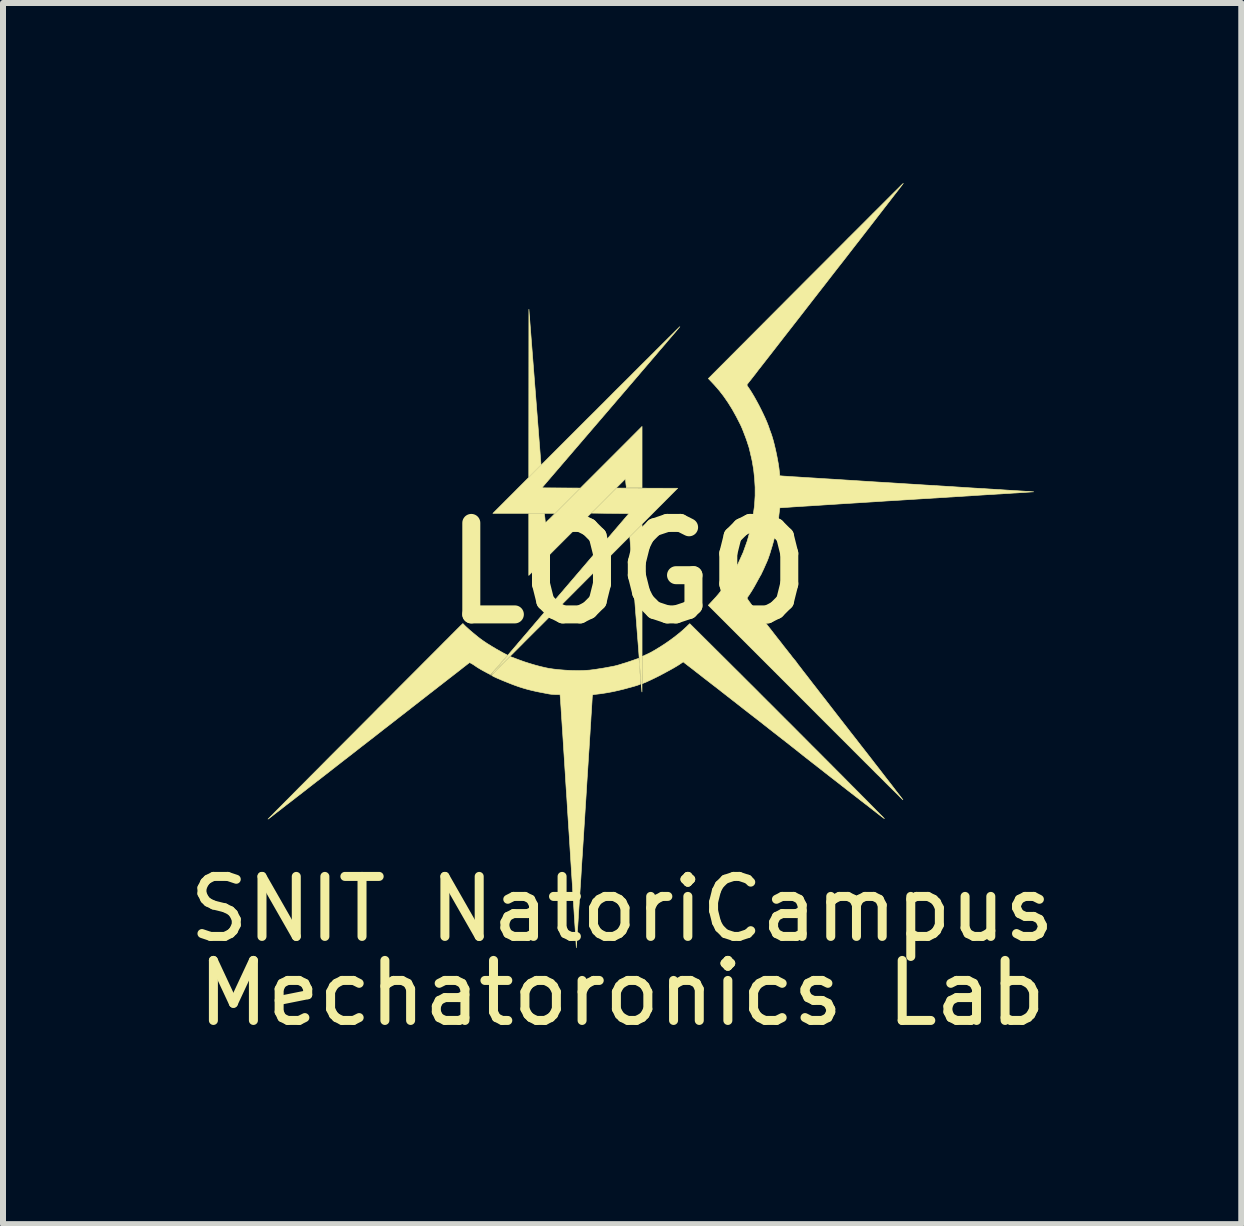
<source format=kicad_pcb>
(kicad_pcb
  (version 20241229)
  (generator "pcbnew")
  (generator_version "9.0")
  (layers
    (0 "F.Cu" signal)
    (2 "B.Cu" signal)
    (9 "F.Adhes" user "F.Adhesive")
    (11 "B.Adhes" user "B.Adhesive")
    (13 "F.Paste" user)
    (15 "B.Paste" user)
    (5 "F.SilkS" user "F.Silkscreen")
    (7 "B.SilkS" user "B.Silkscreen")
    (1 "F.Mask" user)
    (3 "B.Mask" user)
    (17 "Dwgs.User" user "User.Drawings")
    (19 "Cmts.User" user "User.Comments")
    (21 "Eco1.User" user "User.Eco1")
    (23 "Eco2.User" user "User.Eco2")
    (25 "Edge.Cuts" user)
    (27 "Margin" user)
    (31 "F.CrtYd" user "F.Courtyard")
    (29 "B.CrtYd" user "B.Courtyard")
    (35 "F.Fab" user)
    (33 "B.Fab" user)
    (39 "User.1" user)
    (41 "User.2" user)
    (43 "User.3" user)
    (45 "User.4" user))
  (footprint "LOGO"
    (layer "F.Cu")
    (at 7.415 6.497)
    (property "Reference" "LOGO" (at 0 0 0) (layer "F.SilkS") (effects (font (size 1.524 1.524) (thickness 0.3))))
    (attr through_hole)
    (fp_poly (pts (xy -1.552 -3.099) (xy -1.451 -1.804) (xy -1.655 -1.6) (xy -1.654 -2.997) (xy -1.653 -4.394) (xy -1.552 -3.099)) (stroke (width 0.01) (type solid)) (fill yes) (layer "F.SilkS"))
    (fp_poly (pts (xy 0.232 -1.422) (xy -0.028 -1.422) (xy -0.032 -1.45) (xy -0.035 -1.472) (xy -0.038 -1.501) (xy -0.04 -1.523) (xy -0.045 -1.569) (xy -0.85 -0.765) (xy -1.655 0.04) (xy -1.655 -0.987) (xy -1.395 -0.987) (xy -1.391 -0.953) (xy -1.387 -0.925) (xy -1.384 -0.892) (xy -1.382 -0.875) (xy -1.377 -0.833) (xy -0.572 -1.637) (xy 0.232 -2.442) (xy 0.232 -1.422)) (stroke (width 0.01) (type solid)) (fill yes) (layer "F.SilkS"))
    (fp_poly (pts (xy 0.232 0.586) (xy 0.232 0.727) (xy 0.232 0.864) (xy 0.232 0.997) (xy 0.232 1.124) (xy 0.232 1.246) (xy 0.232 1.36) (xy 0.232 1.467) (xy 0.232 1.566) (xy 0.232 1.656) (xy 0.231 1.737) (xy 0.231 1.807) (xy 0.231 1.867) (xy 0.231 1.915) (xy 0.231 1.95) (xy 0.231 1.972) (xy 0.23 1.981) (xy 0.23 1.981) (xy 0.229 1.974) (xy 0.227 1.954) (xy 0.225 1.922) (xy 0.221 1.879) (xy 0.217 1.828) (xy 0.212 1.768) (xy 0.207 1.701) (xy 0.201 1.63) (xy 0.198 1.584) (xy 0.193 1.523) (xy 0.187 1.45) (xy 0.181 1.365) (xy 0.174 1.27) (xy 0.166 1.167) (xy 0.157 1.056) (xy 0.148 0.939) (xy 0.139 0.819) (xy 0.129 0.696) (xy 0.119 0.571) (xy 0.11 0.447) (xy 0.1 0.324) (xy 0.098 0.291) (xy 0.028 -0.605) (xy 0.232 -0.809) (xy 0.232 0.586)) (stroke (width 0.01) (type solid)) (fill yes) (layer "F.SilkS"))
    (fp_poly (pts (xy 0.858 -4.099) (xy 0.844 -4.082) (xy 0.822 -4.056) (xy 0.792 -4.02) (xy 0.754 -3.975) (xy 0.708 -3.922) (xy 0.655 -3.86) (xy 0.596 -3.79) (xy 0.53 -3.714) (xy 0.459 -3.63) (xy 0.382 -3.54) (xy 0.301 -3.445) (xy 0.214 -3.344) (xy 0.124 -3.238) (xy 0.029 -3.128) (xy -0.068 -3.014) (xy -0.169 -2.897) (xy -0.272 -2.776) (xy -0.286 -2.76) (xy -1.437 -1.419) (xy -1.12 -1.417) (xy -0.802 -1.415) (xy -1.012 -1.205) (xy -1.223 -0.994) (xy -2.253 -0.994) (xy -0.697 -2.551) (xy -0.571 -2.676) (xy -0.448 -2.799) (xy -0.328 -2.919) (xy -0.212 -3.036) (xy -0.099 -3.148) (xy 0.01 -3.256) (xy 0.113 -3.36) (xy 0.212 -3.459) (xy 0.306 -3.552) (xy 0.393 -3.639) (xy 0.474 -3.72) (xy 0.549 -3.795) (xy 0.617 -3.862) (xy 0.677 -3.922) (xy 0.73 -3.974) (xy 0.774 -4.018) (xy 0.81 -4.053) (xy 0.837 -4.08) (xy 0.854 -4.097) (xy 0.862 -4.104) (xy 0.862 -4.104) (xy 0.858 -4.099)) (stroke (width 0.01) (type solid)) (fill yes) (layer "F.SilkS"))
    (fp_poly (pts (xy 0.317 -1.413) (xy 0.825 -1.412) (xy -0.73 0.149) (xy -0.856 0.275) (xy -0.978 0.398) (xy -1.098 0.518) (xy -1.215 0.635) (xy -1.327 0.747) (xy -1.435 0.856) (xy -1.539 0.959) (xy -1.638 1.058) (xy -1.731 1.151) (xy -1.818 1.239) (xy -1.899 1.32) (xy -1.974 1.394) (xy -2.041 1.462) (xy -2.102 1.522) (xy -2.154 1.574) (xy -2.198 1.618) (xy -2.234 1.653) (xy -2.261 1.679) (xy -2.278 1.696) (xy -2.285 1.703) (xy -2.286 1.704) (xy -2.281 1.698) (xy -2.267 1.681) (xy -2.245 1.655) (xy -2.215 1.618) (xy -2.176 1.573) (xy -2.13 1.519) (xy -2.078 1.457) (xy -2.018 1.387) (xy -1.953 1.31) (xy -1.881 1.226) (xy -1.805 1.136) (xy -1.723 1.041) (xy -1.636 0.939) (xy -1.546 0.833) (xy -1.452 0.723) (xy -1.354 0.609) (xy -1.253 0.491) (xy -1.15 0.37) (xy -1.136 0.354) (xy 0.014 -0.991) (xy -0.298 -0.994) (xy -0.61 -0.998) (xy -0.401 -1.207) (xy -0.192 -1.415) (xy 0.317 -1.413)) (stroke (width 0.01) (type solid)) (fill yes) (layer "F.SilkS"))
    (fp_poly (pts (xy 1.687 1.5) (xy 1.764 1.577) (xy 1.847 1.659) (xy 1.934 1.746) (xy 2.025 1.837) (xy 2.12 1.931) (xy 2.217 2.029) (xy 2.318 2.13) (xy 2.421 2.232) (xy 2.525 2.337) (xy 2.631 2.443) (xy 2.738 2.549) (xy 2.844 2.656) (xy 2.951 2.763) (xy 3.056 2.869) (xy 3.161 2.973) (xy 3.263 3.076) (xy 3.364 3.177) (xy 3.461 3.275) (xy 3.556 3.37) (xy 3.647 3.462) (xy 3.733 3.549) (xy 3.815 3.631) (xy 3.892 3.709) (xy 3.963 3.78) (xy 4.028 3.846) (xy 4.086 3.905) (xy 4.137 3.957) (xy 4.181 4.001) (xy 4.216 4.037) (xy 4.243 4.064) (xy 4.261 4.083) (xy 4.269 4.092) (xy 4.27 4.093) (xy 4.263 4.088) (xy 4.246 4.075) (xy 4.219 4.055) (xy 4.182 4.027) (xy 4.137 3.992) (xy 4.084 3.951) (xy 4.024 3.904) (xy 3.957 3.852) (xy 3.884 3.796) (xy 3.806 3.735) (xy 3.723 3.671) (xy 3.637 3.604) (xy 3.556 3.541) (xy 3.467 3.471) (xy 3.38 3.404) (xy 3.297 3.339) (xy 3.218 3.277) (xy 3.145 3.22) (xy 3.077 3.167) (xy 3.016 3.119) (xy 2.962 3.077) (xy 2.916 3.041) (xy 2.879 3.011) (xy 2.851 2.989) (xy 2.833 2.975) (xy 2.827 2.969) (xy 2.819 2.963) (xy 2.801 2.949) (xy 2.773 2.927) (xy 2.736 2.898) (xy 2.691 2.862) (xy 2.637 2.82) (xy 2.577 2.773) (xy 2.51 2.721) (xy 2.437 2.664) (xy 2.36 2.604) (xy 2.279 2.54) (xy 2.195 2.474) (xy 2.107 2.406) (xy 2.018 2.337) (xy 1.928 2.267) (xy 1.838 2.196) (xy 1.748 2.126) (xy 1.658 2.056) (xy 1.571 1.988) (xy 1.487 1.922) (xy 1.405 1.859) (xy 1.328 1.799) (xy 1.255 1.743) (xy 1.188 1.69) (xy 1.127 1.643) (xy 1.074 1.601) (xy 1.028 1.566) (xy 0.99 1.537) (xy 0.962 1.515) (xy 0.943 1.501) (xy 0.943 1.5) (xy 0.917 1.48) (xy 0.888 1.501) (xy 0.854 1.524) (xy 0.809 1.552) (xy 0.755 1.584) (xy 0.694 1.618) (xy 0.629 1.653) (xy 0.562 1.689) (xy 0.495 1.724) (xy 0.43 1.756) (xy 0.369 1.785) (xy 0.315 1.81) (xy 0.296 1.818) (xy 0.239 1.842) (xy 0.239 1.388) (xy 0.31 1.356) (xy 0.374 1.325) (xy 0.445 1.285) (xy 0.522 1.238) (xy 0.602 1.187) (xy 0.682 1.132) (xy 0.76 1.075) (xy 0.833 1.018) (xy 0.899 0.963) (xy 0.952 0.915) (xy 1.027 0.844) (xy 1.687 1.5)) (stroke (width 0.01) (type solid)) (fill yes) (layer "F.SilkS"))
    (fp_poly (pts (xy -2.732 0.864) (xy -2.707 0.889) (xy -2.673 0.92) (xy -2.633 0.956) (xy -2.588 0.994) (xy -2.543 1.031) (xy -2.499 1.067) (xy -2.46 1.097) (xy -2.407 1.135) (xy -2.344 1.177) (xy -2.273 1.221) (xy -2.199 1.265) (xy -2.123 1.308) (xy -2.078 1.333) (xy -2.011 1.368) (xy -2.149 1.53) (xy -2.184 1.571) (xy -2.217 1.608) (xy -2.245 1.64) (xy -2.268 1.665) (xy -2.285 1.682) (xy -2.293 1.691) (xy -2.294 1.691) (xy -2.303 1.688) (xy -2.322 1.678) (xy -2.348 1.665) (xy -2.379 1.648) (xy -2.383 1.646) (xy -2.422 1.625) (xy -2.452 1.608) (xy -2.475 1.594) (xy -2.496 1.582) (xy -2.518 1.568) (xy -2.543 1.551) (xy -2.569 1.533) (xy -2.601 1.513) (xy -2.625 1.5) (xy -2.64 1.494) (xy -2.645 1.494) (xy -2.651 1.499) (xy -2.668 1.512) (xy -2.696 1.534) (xy -2.734 1.563) (xy -2.782 1.601) (xy -2.838 1.645) (xy -2.904 1.696) (xy -2.978 1.753) (xy -3.06 1.817) (xy -3.149 1.886) (xy -3.245 1.961) (xy -3.347 2.04) (xy -3.456 2.125) (xy -3.57 2.214) (xy -3.689 2.307) (xy -3.813 2.403) (xy -3.941 2.503) (xy -4.073 2.605) (xy -4.208 2.711) (xy -4.323 2.8) (xy -4.461 2.907) (xy -4.595 3.012) (xy -4.727 3.114) (xy -4.854 3.213) (xy -4.977 3.309) (xy -5.095 3.401) (xy -5.208 3.488) (xy -5.316 3.572) (xy -5.417 3.651) (xy -5.512 3.724) (xy -5.599 3.792) (xy -5.68 3.854) (xy -5.752 3.91) (xy -5.816 3.96) (xy -5.871 4.002) (xy -5.917 4.038) (xy -5.953 4.066) (xy -5.979 4.086) (xy -5.994 4.097) (xy -5.999 4.1) (xy -5.994 4.095) (xy -5.979 4.08) (xy -5.955 4.056) (xy -5.922 4.022) (xy -5.881 3.98) (xy -5.83 3.929) (xy -5.772 3.871) (xy -5.707 3.805) (xy -5.634 3.732) (xy -5.555 3.652) (xy -5.469 3.565) (xy -5.377 3.473) (xy -5.28 3.375) (xy -5.177 3.272) (xy -5.07 3.164) (xy -4.958 3.051) (xy -4.842 2.935) (xy -4.722 2.815) (xy -4.599 2.692) (xy -4.474 2.566) (xy -4.414 2.506) (xy -4.286 2.378) (xy -4.162 2.252) (xy -4.039 2.13) (xy -3.921 2.011) (xy -3.806 1.895) (xy -3.695 1.784) (xy -3.588 1.677) (xy -3.486 1.575) (xy -3.39 1.478) (xy -3.299 1.387) (xy -3.214 1.302) (xy -3.136 1.224) (xy -3.065 1.152) (xy -3 1.088) (xy -2.944 1.031) (xy -2.896 0.983) (xy -2.856 0.943) (xy -2.825 0.912) (xy -2.803 0.89) (xy -2.791 0.878) (xy -2.789 0.876) (xy -2.753 0.842) (xy -2.732 0.864)) (stroke (width 0.01) (type solid)) (fill yes) (layer "F.SilkS"))
    (fp_poly (pts (xy -1.815 1.448) (xy -1.729 1.479) (xy -1.638 1.508) (xy -1.547 1.535) (xy -1.46 1.558) (xy -1.379 1.577) (xy -1.321 1.589) (xy -1.238 1.601) (xy -1.145 1.611) (xy -1.047 1.619) (xy -0.947 1.624) (xy -0.849 1.626) (xy -0.756 1.625) (xy -0.672 1.62) (xy -0.642 1.618) (xy -0.602 1.613) (xy -0.553 1.607) (xy -0.498 1.598) (xy -0.439 1.589) (xy -0.38 1.579) (xy -0.322 1.568) (xy -0.269 1.558) (xy -0.223 1.549) (xy -0.187 1.54) (xy -0.169 1.535) (xy -0.135 1.525) (xy -0.095 1.512) (xy -0.055 1.5) (xy -0.044 1.497) (xy -0.005 1.484) (xy 0.04 1.469) (xy 0.083 1.454) (xy 0.1 1.448) (xy 0.13 1.437) (xy 0.155 1.429) (xy 0.172 1.424) (xy 0.177 1.423) (xy 0.178 1.432) (xy 0.181 1.452) (xy 0.183 1.483) (xy 0.187 1.521) (xy 0.19 1.565) (xy 0.193 1.612) (xy 0.196 1.661) (xy 0.199 1.708) (xy 0.202 1.752) (xy 0.204 1.791) (xy 0.205 1.822) (xy 0.206 1.842) (xy 0.205 1.851) (xy 0.205 1.851) (xy 0.195 1.856) (xy 0.173 1.864) (xy 0.141 1.875) (xy 0.101 1.887) (xy 0.055 1.9) (xy 0.006 1.913) (xy -0.044 1.927) (xy -0.094 1.94) (xy -0.141 1.951) (xy -0.156 1.955) (xy -0.255 1.977) (xy -0.353 1.995) (xy -0.447 2.01) (xy -0.532 2.02) (xy -0.542 2.021) (xy -0.571 2.025) (xy -0.587 2.029) (xy -0.594 2.034) (xy -0.596 2.038) (xy -0.596 2.05) (xy -0.598 2.076) (xy -0.6 2.114) (xy -0.603 2.165) (xy -0.607 2.227) (xy -0.611 2.299) (xy -0.617 2.382) (xy -0.622 2.474) (xy -0.629 2.575) (xy -0.635 2.683) (xy -0.643 2.799) (xy -0.65 2.922) (xy -0.659 3.05) (xy -0.667 3.184) (xy -0.676 3.322) (xy -0.685 3.464) (xy -0.694 3.609) (xy -0.703 3.756) (xy -0.713 3.906) (xy -0.722 4.056) (xy -0.732 4.207) (xy -0.741 4.357) (xy -0.751 4.507) (xy -0.76 4.655) (xy -0.77 4.8) (xy -0.779 4.943) (xy -0.787 5.081) (xy -0.796 5.216) (xy -0.804 5.345) (xy -0.812 5.468) (xy -0.82 5.585) (xy -0.827 5.694) (xy -0.833 5.796) (xy -0.839 5.889) (xy -0.845 5.973) (xy -0.849 6.047) (xy -0.854 6.111) (xy -0.857 6.163) (xy -0.86 6.203) (xy -0.862 6.23) (xy -0.863 6.244) (xy -0.863 6.246) (xy -0.863 6.235) (xy -0.865 6.211) (xy -0.867 6.174) (xy -0.87 6.125) (xy -0.874 6.066) (xy -0.878 5.996) (xy -0.883 5.918) (xy -0.889 5.831) (xy -0.895 5.737) (xy -0.901 5.637) (xy -0.908 5.531) (xy -0.915 5.42) (xy -0.922 5.313) (xy -0.929 5.193) (xy -0.938 5.061) (xy -0.947 4.917) (xy -0.957 4.765) (xy -0.967 4.606) (xy -0.977 4.441) (xy -0.988 4.273) (xy -0.999 4.104) (xy -1.01 3.935) (xy -1.02 3.769) (xy -1.031 3.606) (xy -1.041 3.45) (xy -1.05 3.302) (xy -1.052 3.273) (xy -1.06 3.145) (xy -1.068 3.02) (xy -1.076 2.9) (xy -1.083 2.784) (xy -1.09 2.674) (xy -1.097 2.571) (xy -1.103 2.476) (xy -1.109 2.388) (xy -1.114 2.31) (xy -1.118 2.242) (xy -1.122 2.185) (xy -1.125 2.139) (xy -1.127 2.106) (xy -1.129 2.086) (xy -1.129 2.081) (xy -1.134 2.025) (xy -1.2 2.025) (xy -1.239 2.023) (xy -1.282 2.02) (xy -1.32 2.015) (xy -1.324 2.014) (xy -1.428 1.994) (xy -1.521 1.976) (xy -1.603 1.957) (xy -1.679 1.938) (xy -1.751 1.917) (xy -1.821 1.895) (xy -1.891 1.87) (xy -1.965 1.842) (xy -1.974 1.838) (xy -2.034 1.814) (xy -2.091 1.791) (xy -2.142 1.769) (xy -2.187 1.75) (xy -2.224 1.733) (xy -2.251 1.719) (xy -2.267 1.71) (xy -2.271 1.706) (xy -2.267 1.7) (xy -2.253 1.685) (xy -2.231 1.662) (xy -2.203 1.633) (xy -2.169 1.599) (xy -2.131 1.562) (xy -2.117 1.547) (xy -1.962 1.393) (xy -1.815 1.448)) (stroke (width 0.01) (type solid)) (fill yes) (layer "F.SilkS"))
    (fp_poly (pts (xy 4.58 -6.486) (xy 4.568 -6.469) (xy 4.547 -6.442) (xy 4.518 -6.404) (xy 4.482 -6.357) (xy 4.438 -6.301) (xy 4.388 -6.236) (xy 4.331 -6.162) (xy 4.268 -6.081) (xy 4.199 -5.992) (xy 4.125 -5.896) (xy 4.046 -5.794) (xy 3.962 -5.686) (xy 3.874 -5.572) (xy 3.781 -5.453) (xy 3.685 -5.329) (xy 3.586 -5.201) (xy 3.483 -5.07) (xy 3.378 -4.935) (xy 3.287 -4.817) (xy 3.18 -4.68) (xy 3.075 -4.545) (xy 2.973 -4.414) (xy 2.874 -4.286) (xy 2.778 -4.163) (xy 2.686 -4.045) (xy 2.597 -3.931) (xy 2.514 -3.824) (xy 2.435 -3.722) (xy 2.361 -3.627) (xy 2.293 -3.54) (xy 2.23 -3.459) (xy 2.173 -3.387) (xy 2.124 -3.322) (xy 2.081 -3.267) (xy 2.045 -3.221) (xy 2.016 -3.185) (xy 1.996 -3.159) (xy 1.984 -3.143) (xy 1.98 -3.139) (xy 1.981 -3.129) (xy 1.989 -3.113) (xy 1.997 -3.102) (xy 2.027 -3.058) (xy 2.062 -3.003) (xy 2.1 -2.939) (xy 2.139 -2.869) (xy 2.179 -2.795) (xy 2.217 -2.72) (xy 2.253 -2.646) (xy 2.286 -2.575) (xy 2.314 -2.51) (xy 2.336 -2.454) (xy 2.344 -2.431) (xy 2.355 -2.398) (xy 2.367 -2.365) (xy 2.377 -2.338) (xy 2.379 -2.333) (xy 2.393 -2.293) (xy 2.409 -2.241) (xy 2.426 -2.18) (xy 2.443 -2.111) (xy 2.46 -2.038) (xy 2.476 -1.963) (xy 2.49 -1.889) (xy 2.503 -1.817) (xy 2.513 -1.75) (xy 2.52 -1.691) (xy 2.522 -1.676) (xy 2.527 -1.62) (xy 2.564 -1.617) (xy 2.574 -1.616) (xy 2.599 -1.614) (xy 2.636 -1.612) (xy 2.686 -1.608) (xy 2.749 -1.604) (xy 2.823 -1.6) (xy 2.908 -1.594) (xy 3.003 -1.588) (xy 3.108 -1.582) (xy 3.222 -1.574) (xy 3.345 -1.567) (xy 3.476 -1.559) (xy 3.614 -1.55) (xy 3.76 -1.541) (xy 3.911 -1.531) (xy 4.068 -1.521) (xy 4.231 -1.511) (xy 4.398 -1.501) (xy 4.568 -1.49) (xy 4.679 -1.483) (xy 6.756 -1.353) (xy 4.644 -1.221) (xy 4.47 -1.21) (xy 4.299 -1.2) (xy 4.134 -1.189) (xy 3.973 -1.179) (xy 3.817 -1.169) (xy 3.668 -1.16) (xy 3.525 -1.151) (xy 3.389 -1.142) (xy 3.261 -1.134) (xy 3.141 -1.126) (xy 3.031 -1.119) (xy 2.929 -1.113) (xy 2.838 -1.107) (xy 2.757 -1.102) (xy 2.688 -1.097) (xy 2.63 -1.093) (xy 2.585 -1.09) (xy 2.552 -1.088) (xy 2.533 -1.086) (xy 2.528 -1.086) (xy 2.526 -1.078) (xy 2.523 -1.058) (xy 2.52 -1.029) (xy 2.516 -0.994) (xy 2.514 -0.979) (xy 2.51 -0.939) (xy 2.507 -0.907) (xy 2.503 -0.878) (xy 2.499 -0.85) (xy 2.493 -0.82) (xy 2.486 -0.785) (xy 2.476 -0.743) (xy 2.464 -0.689) (xy 2.46 -0.675) (xy 2.448 -0.622) (xy 2.432 -0.564) (xy 2.415 -0.501) (xy 2.397 -0.438) (xy 2.378 -0.377) (xy 2.361 -0.32) (xy 2.344 -0.271) (xy 2.33 -0.231) (xy 2.322 -0.211) (xy 2.309 -0.18) (xy 2.293 -0.145) (xy 2.276 -0.106) (xy 2.259 -0.068) (xy 2.242 -0.032) (xy 2.227 -0.001) (xy 2.216 0.023) (xy 2.208 0.037) (xy 2.207 0.039) (xy 2.201 0.048) (xy 2.191 0.067) (xy 2.175 0.095) (xy 2.157 0.128) (xy 2.144 0.152) (xy 2.102 0.228) (xy 2.057 0.303) (xy 2.011 0.374) (xy 1.985 0.41) (xy 1.983 0.413) (xy 1.983 0.418) (xy 1.985 0.423) (xy 1.989 0.432) (xy 1.996 0.444) (xy 2.006 0.459) (xy 2.021 0.48) (xy 2.04 0.506) (xy 2.064 0.538) (xy 2.093 0.577) (xy 2.129 0.623) (xy 2.171 0.678) (xy 2.221 0.742) (xy 2.278 0.815) (xy 2.343 0.899) (xy 2.367 0.929) (xy 2.426 1.005) (xy 2.482 1.077) (xy 2.536 1.145) (xy 2.585 1.209) (xy 2.631 1.267) (xy 2.672 1.319) (xy 2.707 1.363) (xy 2.735 1.4) (xy 2.757 1.427) (xy 2.771 1.444) (xy 2.777 1.451) (xy 2.792 1.469) (xy 2.808 1.491) (xy 2.81 1.494) (xy 2.816 1.502) (xy 2.83 1.522) (xy 2.853 1.551) (xy 2.883 1.59) (xy 2.92 1.639) (xy 2.965 1.696) (xy 3.015 1.761) (xy 3.071 1.834) (xy 3.133 1.913) (xy 3.199 1.999) (xy 3.271 2.091) (xy 3.346 2.188) (xy 3.425 2.29) (xy 3.507 2.396) (xy 3.592 2.505) (xy 3.68 2.618) (xy 3.703 2.648) (xy 3.791 2.76) (xy 3.876 2.87) (xy 3.959 2.976) (xy 4.038 3.078) (xy 4.113 3.175) (xy 4.185 3.267) (xy 4.251 3.353) (xy 4.313 3.433) (xy 4.37 3.506) (xy 4.42 3.571) (xy 4.464 3.629) (xy 4.502 3.678) (xy 4.533 3.718) (xy 4.556 3.748) (xy 4.571 3.768) (xy 4.577 3.777) (xy 4.578 3.778) (xy 4.572 3.773) (xy 4.557 3.758) (xy 4.533 3.734) (xy 4.499 3.7) (xy 4.457 3.658) (xy 4.406 3.608) (xy 4.347 3.55) (xy 4.281 3.484) (xy 4.208 3.41) (xy 4.127 3.331) (xy 4.041 3.244) (xy 3.948 3.152) (xy 3.85 3.054) (xy 3.747 2.951) (xy 3.639 2.842) (xy 3.526 2.73) (xy 3.409 2.613) (xy 3.289 2.493) (xy 3.165 2.369) (xy 3.039 2.242) (xy 2.956 2.159) (xy 1.336 0.538) (xy 1.403 0.466) (xy 1.457 0.407) (xy 1.504 0.353) (xy 1.546 0.3) (xy 1.587 0.245) (xy 1.631 0.184) (xy 1.64 0.171) (xy 1.746 0.005) (xy 1.838 -0.168) (xy 1.918 -0.346) (xy 1.984 -0.531) (xy 2.038 -0.722) (xy 2.078 -0.92) (xy 2.106 -1.124) (xy 2.108 -1.154) (xy 2.116 -1.288) (xy 2.116 -1.429) (xy 2.107 -1.574) (xy 2.092 -1.718) (xy 2.069 -1.856) (xy 2.054 -1.927) (xy 2.045 -1.962) (xy 2.036 -2.003) (xy 2.026 -2.044) (xy 2.024 -2.054) (xy 2.014 -2.093) (xy 1.998 -2.142) (xy 1.98 -2.198) (xy 1.959 -2.257) (xy 1.936 -2.317) (xy 1.914 -2.374) (xy 1.893 -2.425) (xy 1.874 -2.467) (xy 1.872 -2.471) (xy 1.803 -2.606) (xy 1.735 -2.728) (xy 1.666 -2.839) (xy 1.594 -2.943) (xy 1.519 -3.04) (xy 1.439 -3.132) (xy 1.396 -3.178) (xy 1.337 -3.24) (xy 2.959 -4.868) (xy 3.087 -4.996) (xy 3.213 -5.122) (xy 3.336 -5.245) (xy 3.455 -5.365) (xy 3.57 -5.48) (xy 3.681 -5.592) (xy 3.788 -5.698) (xy 3.89 -5.8) (xy 3.986 -5.896) (xy 4.076 -5.987) (xy 4.161 -6.071) (xy 4.239 -6.149) (xy 4.31 -6.22) (xy 4.374 -6.284) (xy 4.43 -6.34) (xy 4.478 -6.387) (xy 4.518 -6.427) (xy 4.548 -6.457) (xy 4.57 -6.478) (xy 4.582 -6.49) (xy 4.585 -6.492) (xy 4.58 -6.486)) (stroke (width 0.01) (type solid)) (fill yes) (layer "F.SilkS"))
    (fp_text user "SNIT NatoriCampus" (at -0.1 5.6 0) (layer "F.SilkS") (effects (font (size 1 1) (thickness 0.15))))
    (fp_text user "Mechatoronics Lab" (at -0.1 7 0) (layer "F.SilkS") (effects (font (size 1 1) (thickness 0.15)))))
  (gr_rect
    (start -3 -3)
    (end 17.631 17.345)
    (stroke (width 0.1) (type default))
    (fill no)
    (layer "Edge.Cuts")))
</source>
